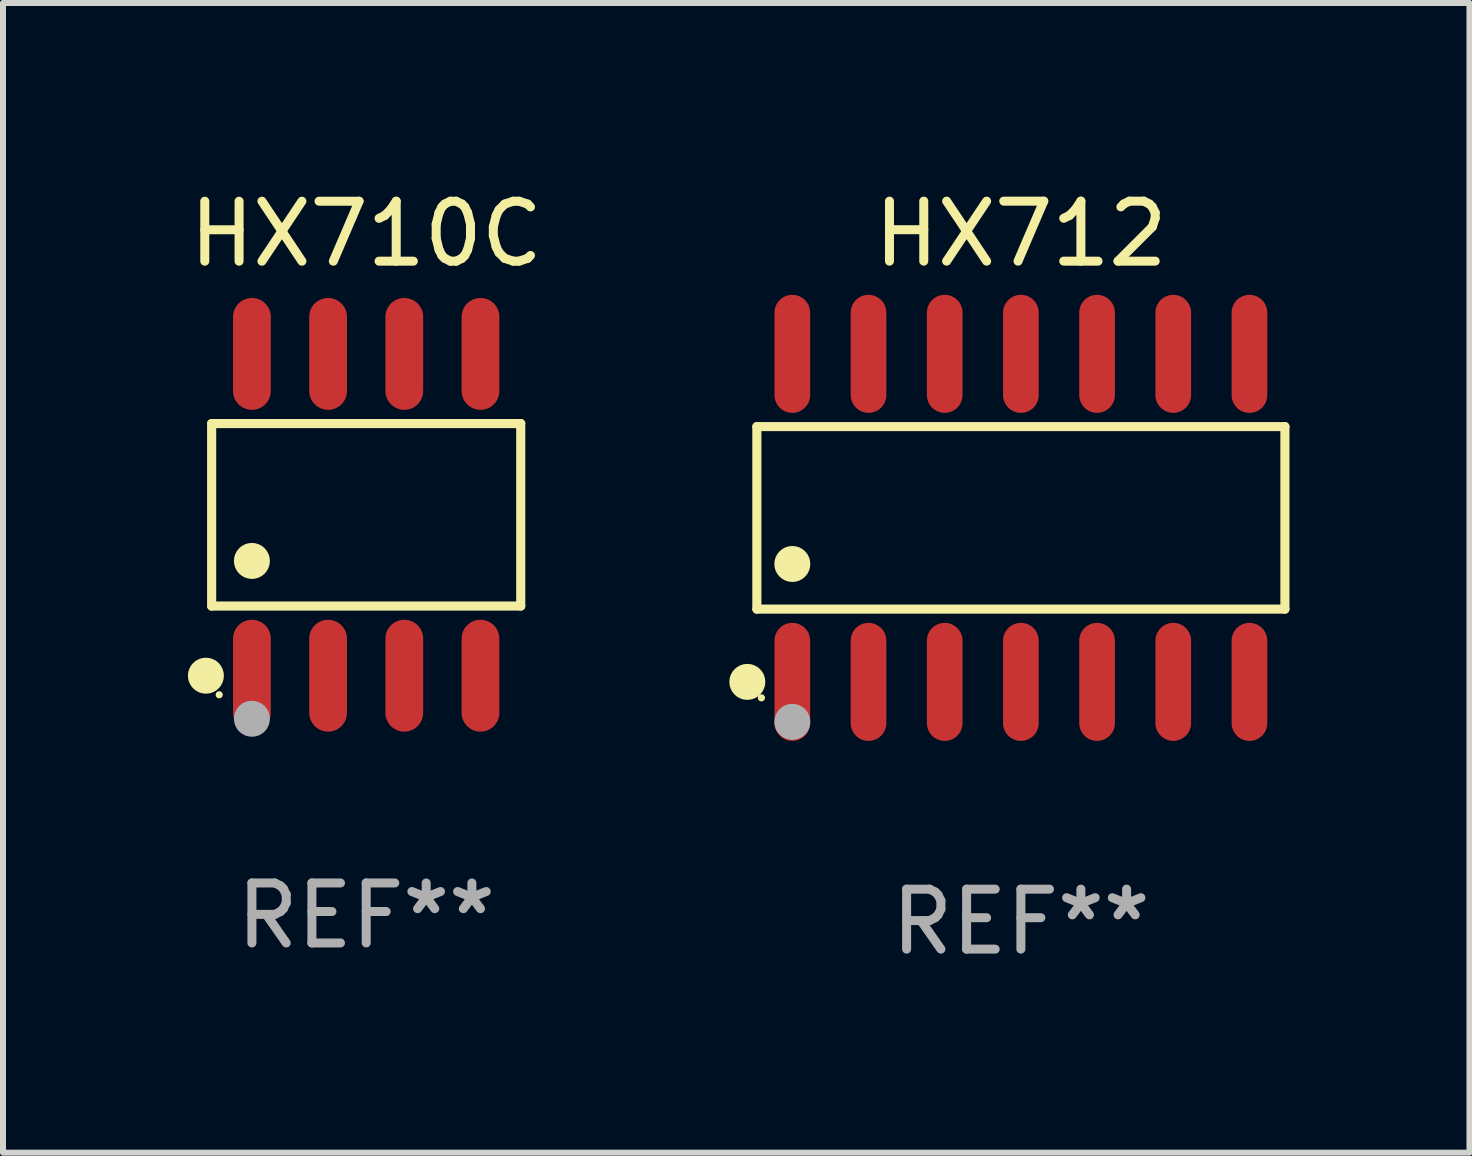
<source format=kicad_pcb>
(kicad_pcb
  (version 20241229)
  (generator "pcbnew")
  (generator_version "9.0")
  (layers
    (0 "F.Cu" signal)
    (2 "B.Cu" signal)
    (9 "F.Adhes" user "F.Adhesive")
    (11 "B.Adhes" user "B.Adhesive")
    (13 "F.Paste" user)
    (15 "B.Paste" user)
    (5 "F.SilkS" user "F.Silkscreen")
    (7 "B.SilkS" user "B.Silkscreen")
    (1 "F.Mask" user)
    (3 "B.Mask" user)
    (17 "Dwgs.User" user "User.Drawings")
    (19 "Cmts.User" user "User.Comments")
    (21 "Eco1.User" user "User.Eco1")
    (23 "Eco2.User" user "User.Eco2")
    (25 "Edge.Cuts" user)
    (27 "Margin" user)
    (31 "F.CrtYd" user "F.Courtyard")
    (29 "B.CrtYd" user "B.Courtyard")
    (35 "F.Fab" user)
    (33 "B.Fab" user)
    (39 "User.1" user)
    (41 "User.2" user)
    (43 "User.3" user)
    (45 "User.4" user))
  (footprint "HX710C"
    (layer "F.Cu")
    (at 3.054 5.531)
    (property "Reference" "HX710C" (at 0 -4.682 0) (layer "F.SilkS") (effects (font (size 1 1) (thickness 0.15))))
    (attr through_hole)
    (fp_line (start -2.576 -1.521) (end 2.576 -1.521) (stroke (width 0.152) (type solid)) (layer "F.SilkS"))
    (fp_line (start -2.576 1.521) (end -2.576 -1.521) (stroke (width 0.152) (type solid)) (layer "F.SilkS"))
    (fp_line (start 2.576 -1.521) (end 2.576 1.521) (stroke (width 0.152) (type solid)) (layer "F.SilkS"))
    (fp_line (start 2.576 1.521) (end -2.576 1.521) (stroke (width 0.152) (type solid)) (layer "F.SilkS"))
    (fp_circle (center -2.672 2.682) (end -2.522 2.682) (stroke (width 0.3) (type solid)) (fill no) (layer "F.SilkS"))
    (fp_circle (center -2.45 3) (end -2.42 3) (stroke (width 0.06) (type solid)) (fill no) (layer "F.SilkS"))
    (fp_circle (center -1.905 0.769) (end -1.755 0.769) (stroke (width 0.3) (type solid)) (fill no) (layer "F.SilkS"))
    (fp_circle (center -1.905 3.4) (end -1.755 3.4) (stroke (width 0.3) (type solid)) (fill no) (layer "F.Fab"))
    (fp_text user "REF**" (at 0 6.682 0) (layer "F.Fab") (effects (font (size 1 1) (thickness 0.15))))
    (pad "1" smd oval (at -1.905 2.682) (size 0.63 1.865) (layers "F.Cu" "F.Mask" "F.Paste"))
    (pad "2" smd oval (at -0.635 2.682) (size 0.63 1.865) (layers "F.Cu" "F.Mask" "F.Paste"))
    (pad "3" smd oval (at 0.635 2.682) (size 0.63 1.865) (layers "F.Cu" "F.Mask" "F.Paste"))
    (pad "4" smd oval (at 1.905 2.682) (size 0.63 1.865) (layers "F.Cu" "F.Mask" "F.Paste"))
    (pad "5" smd oval (at 1.905 -2.682) (size 0.63 1.865) (layers "F.Cu" "F.Mask" "F.Paste"))
    (pad "6" smd oval (at 0.635 -2.682) (size 0.63 1.865) (layers "F.Cu" "F.Mask" "F.Paste"))
    (pad "7" smd oval (at -0.635 -2.682) (size 0.63 1.865) (layers "F.Cu" "F.Mask" "F.Paste"))
    (pad "8" smd oval (at -1.905 -2.682) (size 0.63 1.865) (layers "F.Cu" "F.Mask" "F.Paste")))
  (footprint "HX712"
    (layer "F.Cu")
    (at 13.967 5.582)
    (property "Reference" "HX712" (at 0 -4.734 0) (layer "F.SilkS") (effects (font (size 1 1) (thickness 0.15))))
    (attr through_hole)
    (fp_line (start -4.401 -1.521) (end 4.401 -1.521) (stroke (width 0.152) (type solid)) (layer "F.SilkS"))
    (fp_line (start -4.401 1.521) (end -4.401 -1.521) (stroke (width 0.152) (type solid)) (layer "F.SilkS"))
    (fp_line (start 4.401 -1.521) (end 4.401 1.521) (stroke (width 0.152) (type solid)) (layer "F.SilkS"))
    (fp_line (start 4.401 1.521) (end -4.401 1.521) (stroke (width 0.152) (type solid)) (layer "F.SilkS"))
    (fp_circle (center -4.56 2.734) (end -4.41 2.734) (stroke (width 0.3) (type solid)) (fill no) (layer "F.SilkS"))
    (fp_circle (center -4.325 3) (end -4.295 3) (stroke (width 0.06) (type solid)) (fill no) (layer "F.SilkS"))
    (fp_circle (center -3.81 0.769) (end -3.66 0.769) (stroke (width 0.3) (type solid)) (fill no) (layer "F.SilkS"))
    (fp_circle (center -3.81 3.4) (end -3.66 3.4) (stroke (width 0.3) (type solid)) (fill no) (layer "F.Fab"))
    (fp_text user "REF**" (at 0 6.734 0) (layer "F.Fab") (effects (font (size 1 1) (thickness 0.15))))
    (pad "1" smd oval (at -3.81 2.734) (size 0.595 1.968) (layers "F.Cu" "F.Mask" "F.Paste"))
    (pad "2" smd oval (at -2.54 2.734) (size 0.595 1.968) (layers "F.Cu" "F.Mask" "F.Paste"))
    (pad "3" smd oval (at -1.27 2.734) (size 0.595 1.968) (layers "F.Cu" "F.Mask" "F.Paste"))
    (pad "4" smd oval (at 0 2.734) (size 0.595 1.968) (layers "F.Cu" "F.Mask" "F.Paste"))
    (pad "5" smd oval (at 1.27 2.734) (size 0.595 1.968) (layers "F.Cu" "F.Mask" "F.Paste"))
    (pad "6" smd oval (at 2.54 2.734) (size 0.595 1.968) (layers "F.Cu" "F.Mask" "F.Paste"))
    (pad "7" smd oval (at 3.81 2.734) (size 0.595 1.968) (layers "F.Cu" "F.Mask" "F.Paste"))
    (pad "8" smd oval (at 3.81 -2.734) (size 0.595 1.968) (layers "F.Cu" "F.Mask" "F.Paste"))
    (pad "9" smd oval (at 2.54 -2.734) (size 0.595 1.968) (layers "F.Cu" "F.Mask" "F.Paste"))
    (pad "10" smd oval (at 1.27 -2.734) (size 0.595 1.968) (layers "F.Cu" "F.Mask" "F.Paste"))
    (pad "11" smd oval (at 0 -2.734) (size 0.595 1.968) (layers "F.Cu" "F.Mask" "F.Paste"))
    (pad "12" smd oval (at -1.27 -2.734) (size 0.595 1.968) (layers "F.Cu" "F.Mask" "F.Paste"))
    (pad "13" smd oval (at -2.54 -2.734) (size 0.595 1.968) (layers "F.Cu" "F.Mask" "F.Paste"))
    (pad "14" smd oval (at -3.81 -2.734) (size 0.595 1.968) (layers "F.Cu" "F.Mask" "F.Paste")))
  (gr_rect
    (start -3 -3)
    (end 21.444 16.164)
    (stroke (width 0.1) (type default))
    (fill no)
    (layer "Edge.Cuts")))
</source>
